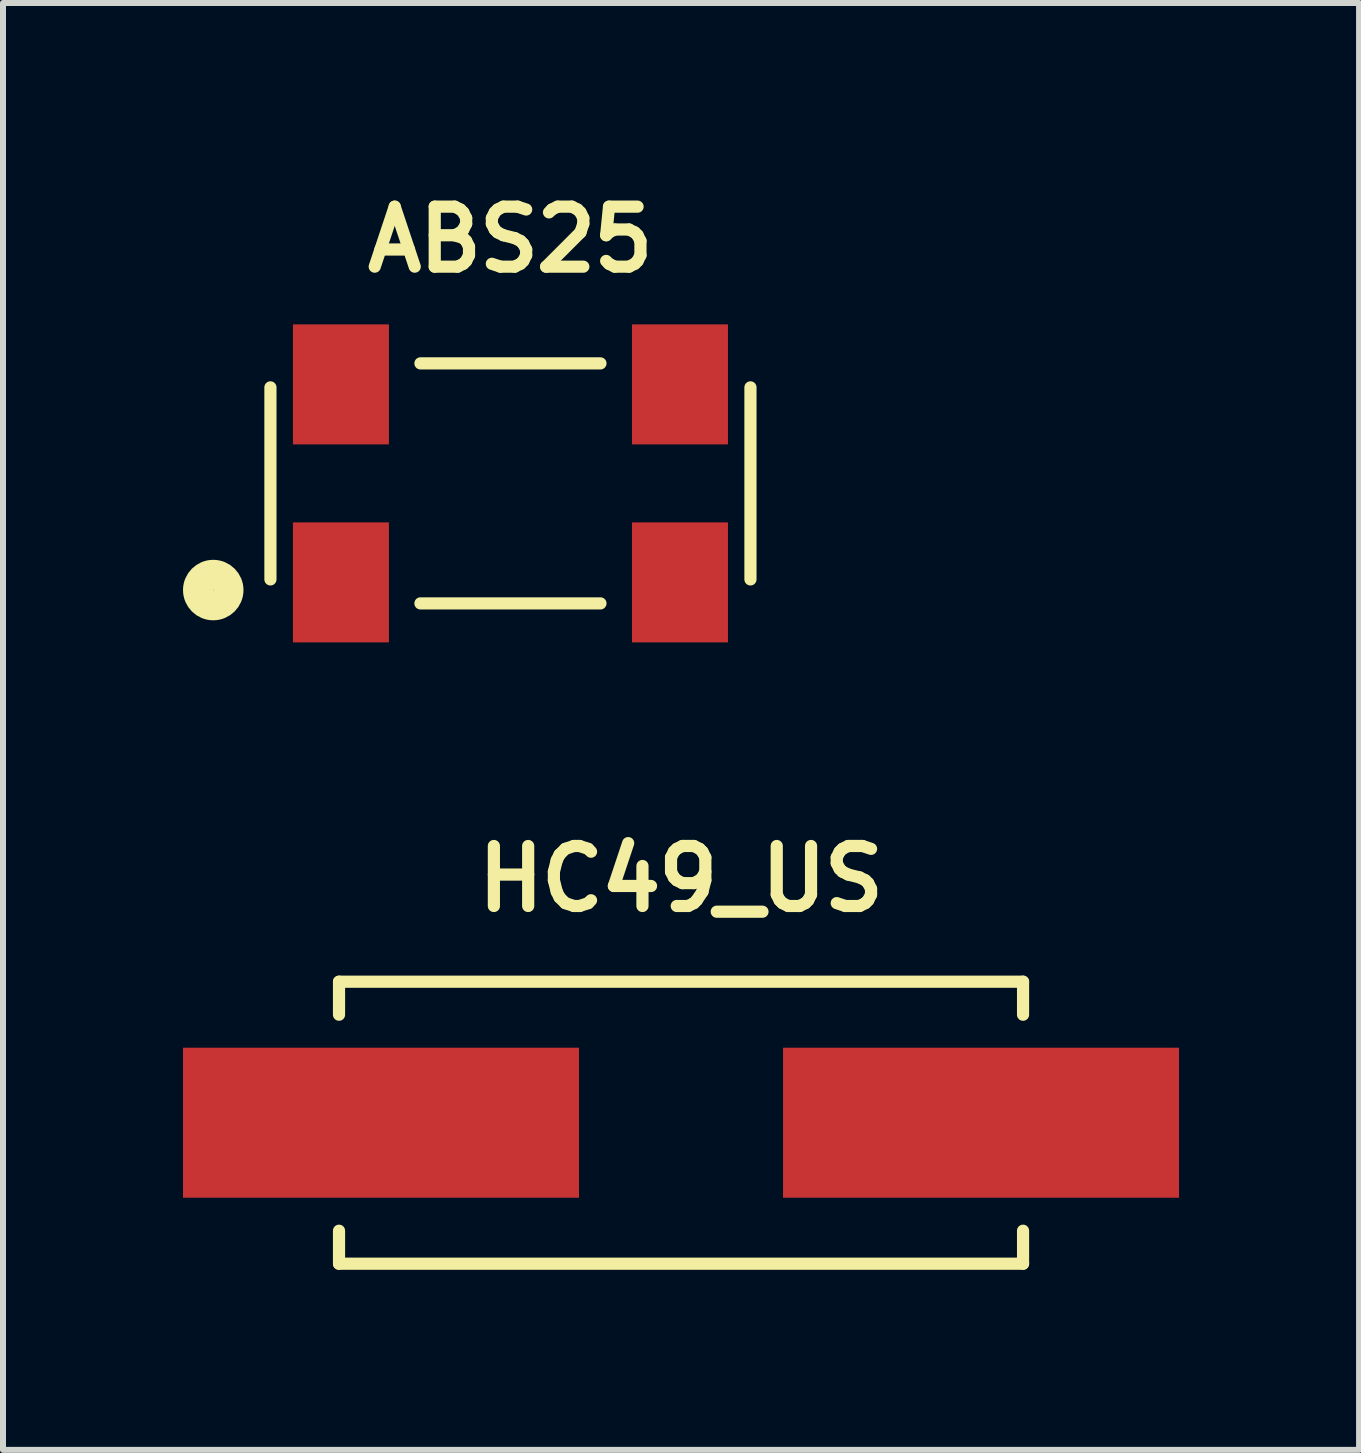
<source format=kicad_pcb>
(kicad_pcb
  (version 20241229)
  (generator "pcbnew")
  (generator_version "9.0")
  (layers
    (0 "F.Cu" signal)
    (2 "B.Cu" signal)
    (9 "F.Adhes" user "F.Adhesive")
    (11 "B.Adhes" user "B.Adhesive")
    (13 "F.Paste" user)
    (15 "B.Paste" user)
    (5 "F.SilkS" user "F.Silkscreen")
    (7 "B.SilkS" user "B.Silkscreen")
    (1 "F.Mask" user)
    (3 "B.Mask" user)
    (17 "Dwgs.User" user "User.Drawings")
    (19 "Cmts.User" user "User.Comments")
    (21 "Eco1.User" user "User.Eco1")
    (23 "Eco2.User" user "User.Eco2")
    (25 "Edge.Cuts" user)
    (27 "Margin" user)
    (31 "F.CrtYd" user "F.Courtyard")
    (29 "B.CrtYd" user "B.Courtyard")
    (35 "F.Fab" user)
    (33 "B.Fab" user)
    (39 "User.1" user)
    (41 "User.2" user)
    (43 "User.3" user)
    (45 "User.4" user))
  (footprint "HC49_US"
    (layer "F.Cu")
    (at 8.3 15.661)
    (property "Reference" "HC49_US" (at 0 -4.064 0) (layer "F.SilkS") (effects (font (size 1 1) (thickness 0.203))))
    (attr through_hole)
    (fp_line (start -5.7 -2.35) (end -5.7 -1.8) (stroke (width 0.203) (type solid)) (layer "F.SilkS"))
    (fp_line (start -5.7 -2.35) (end 5.7 -2.35) (stroke (width 0.203) (type solid)) (layer "F.SilkS"))
    (fp_line (start -5.7 1.8) (end -5.7 2.35) (stroke (width 0.203) (type solid)) (layer "F.SilkS"))
    (fp_line (start -5.7 2.35) (end 5.7 2.35) (stroke (width 0.203) (type solid)) (layer "F.SilkS"))
    (fp_line (start 5.7 -1.8) (end 5.7 -2.35) (stroke (width 0.203) (type solid)) (layer "F.SilkS"))
    (fp_line (start 5.7 2.35) (end 5.7 1.8) (stroke (width 0.203) (type solid)) (layer "F.SilkS"))
    (pad "1" smd rect (at -5 0) (size 6.6 2.5) (layers "F.Cu" "F.Mask" "F.Paste"))
    (pad "2" smd rect (at 5 0) (size 6.6 2.5) (layers "F.Cu" "F.Mask" "F.Paste")))
  (footprint "ABS25"
    (layer "F.Cu")
    (at 5.457 5.006)
    (property "Reference" "ABS25" (at 0 -4.064 0) (layer "F.SilkS") (effects (font (size 1 1) (thickness 0.203))))
    (attr through_hole)
    (fp_line (start -4 -1.6) (end -4 1.6) (stroke (width 0.203) (type solid)) (layer "F.SilkS"))
    (fp_line (start -1.5 2) (end 1.5 2) (stroke (width 0.203) (type solid)) (layer "F.SilkS"))
    (fp_line (start 1.5 -2) (end -1.5 -2) (stroke (width 0.203) (type solid)) (layer "F.SilkS"))
    (fp_line (start 4 1.6) (end 4 -1.6) (stroke (width 0.203) (type solid)) (layer "F.SilkS"))
    (fp_circle (center -4.953 1.778) (end -4.699 1.778) (stroke (width 0.5) (type solid)) (fill no) (layer "F.SilkS"))
    (pad "1" smd rect (at -2.825 1.65) (size 1.6 2) (layers "F.Cu" "F.Mask" "F.Paste"))
    (pad "2" smd rect (at 2.825 1.65) (size 1.6 2) (layers "F.Cu" "F.Mask" "F.Paste"))
    (pad "3" smd rect (at 2.825 -1.65) (size 1.6 2) (layers "F.Cu" "F.Mask" "F.Paste"))
    (pad "4" smd rect (at -2.825 -1.65) (size 1.6 2) (layers "F.Cu" "F.Mask" "F.Paste")))
  (gr_rect
    (start -3 -3)
    (end 19.6 21.113)
    (stroke (width 0.1) (type default))
    (fill no)
    (layer "Edge.Cuts")))
</source>
